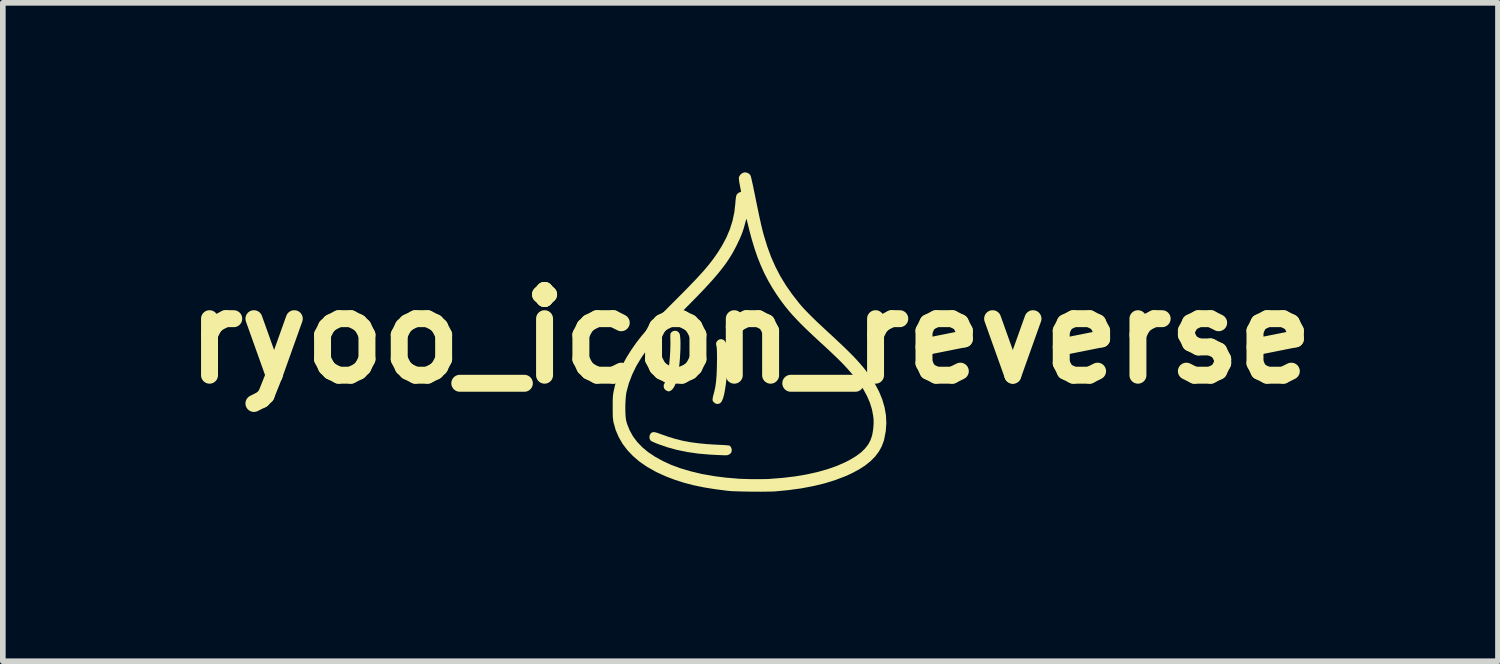
<source format=kicad_pcb>
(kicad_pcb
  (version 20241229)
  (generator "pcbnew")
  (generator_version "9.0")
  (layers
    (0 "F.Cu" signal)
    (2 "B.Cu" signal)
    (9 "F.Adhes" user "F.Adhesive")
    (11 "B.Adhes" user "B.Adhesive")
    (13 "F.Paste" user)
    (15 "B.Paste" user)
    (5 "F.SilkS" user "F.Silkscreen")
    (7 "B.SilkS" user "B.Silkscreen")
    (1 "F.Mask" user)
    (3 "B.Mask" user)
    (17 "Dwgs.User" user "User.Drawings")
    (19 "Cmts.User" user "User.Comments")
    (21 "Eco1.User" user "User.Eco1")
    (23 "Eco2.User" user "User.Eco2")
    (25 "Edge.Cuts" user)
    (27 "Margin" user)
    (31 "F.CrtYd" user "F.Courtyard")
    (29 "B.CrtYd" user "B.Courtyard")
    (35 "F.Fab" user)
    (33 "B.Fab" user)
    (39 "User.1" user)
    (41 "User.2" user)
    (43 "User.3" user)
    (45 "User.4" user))
  (footprint "ryoo_icon_reverse"
    (layer "F.Cu")
    (at 10.229 2.911)
    (property "Reference" "ryoo_icon_reverse" (at 0 0 0) (layer "F.SilkS") (effects (font (size 1.5 1.5) (thickness 0.3))))
    (attr board_only exclude_from_pos_files exclude_from_bom)
    (fp_poly (pts (xy -0.543 0.043) (xy -0.573 0.058) (xy -0.597 0.086) (xy -0.6 0.092) (xy -0.608 0.113) (xy -0.608 0.133) (xy -0.602 0.157) (xy -0.598 0.177) (xy -0.595 0.207) (xy -0.593 0.25) (xy -0.592 0.307) (xy -0.591 0.379) (xy -0.592 0.423) (xy -0.594 0.56) (xy -0.599 0.681) (xy -0.608 0.789) (xy -0.621 0.883) (xy -0.638 0.965) (xy -0.644 0.988) (xy -0.658 1.038) (xy -0.666 1.076) (xy -0.67 1.102) (xy -0.67 1.121) (xy -0.664 1.136) (xy -0.655 1.15) (xy -0.65 1.155) (xy -0.618 1.18) (xy -0.584 1.188) (xy -0.548 1.18) (xy -0.538 1.174) (xy -0.517 1.155) (xy -0.499 1.124) (xy -0.482 1.08) (xy -0.466 1.021) (xy -0.452 0.948) (xy -0.438 0.858) (xy -0.436 0.846) (xy -0.425 0.748) (xy -0.416 0.648) (xy -0.41 0.55) (xy -0.407 0.455) (xy -0.407 0.365) (xy -0.409 0.283) (xy -0.414 0.211) (xy -0.423 0.152) (xy -0.433 0.108) (xy -0.452 0.074) (xy -0.479 0.051) (xy -0.511 0.041)) (stroke (width 0) (type solid)) (fill yes) (layer "F.SilkS"))
    (fp_poly (pts (xy -1.739 1.69) (xy -1.758 1.702) (xy -1.763 1.707) (xy -1.781 1.737) (xy -1.787 1.772) (xy -1.783 1.805) (xy -1.767 1.833) (xy -1.756 1.843) (xy -1.74 1.851) (xy -1.712 1.864) (xy -1.675 1.88) (xy -1.638 1.895) (xy -1.475 1.952) (xy -1.304 1.999) (xy -1.122 2.037) (xy -0.928 2.065) (xy -0.721 2.083) (xy -0.634 2.088) (xy -0.567 2.091) (xy -0.515 2.093) (xy -0.476 2.095) (xy -0.447 2.095) (xy -0.427 2.095) (xy -0.412 2.094) (xy -0.402 2.092) (xy -0.393 2.088) (xy -0.384 2.085) (xy -0.354 2.066) (xy -0.337 2.041) (xy -0.331 2.017) (xy -0.332 1.985) (xy -0.343 1.954) (xy -0.361 1.931) (xy -0.369 1.925) (xy -0.381 1.922) (xy -0.409 1.919) (xy -0.448 1.916) (xy -0.497 1.913) (xy -0.553 1.91) (xy -0.598 1.908) (xy -0.765 1.898) (xy -0.919 1.883) (xy -1.061 1.864) (xy -1.195 1.839) (xy -1.324 1.807) (xy -1.45 1.769) (xy -1.577 1.724) (xy -1.589 1.72) (xy -1.643 1.7) (xy -1.684 1.689) (xy -1.715 1.685)) (stroke (width 0) (type solid)) (fill yes) (layer "F.SilkS"))
    (fp_poly (pts (xy -1.378 -0.097) (xy -1.398 -0.081) (xy -1.407 -0.072) (xy -1.412 -0.062) (xy -1.416 -0.048) (xy -1.417 -0.028) (xy -1.418 0.002) (xy -1.417 0.045) (xy -1.416 0.063) (xy -1.416 0.156) (xy -1.419 0.25) (xy -1.424 0.343) (xy -1.432 0.434) (xy -1.441 0.521) (xy -1.453 0.601) (xy -1.467 0.672) (xy -1.482 0.732) (xy -1.498 0.779) (xy -1.514 0.811) (xy -1.515 0.812) (xy -1.533 0.848) (xy -1.535 0.885) (xy -1.523 0.918) (xy -1.497 0.945) (xy -1.479 0.954) (xy -1.459 0.962) (xy -1.448 0.965) (xy -1.448 0.965) (xy -1.438 0.963) (xy -1.428 0.96) (xy -1.397 0.944) (xy -1.368 0.913) (xy -1.341 0.867) (xy -1.316 0.808) (xy -1.298 0.747) (xy -1.286 0.689) (xy -1.274 0.621) (xy -1.264 0.547) (xy -1.255 0.467) (xy -1.248 0.386) (xy -1.243 0.304) (xy -1.239 0.225) (xy -1.238 0.151) (xy -1.238 0.083) (xy -1.241 0.025) (xy -1.246 -0.022) (xy -1.253 -0.055) (xy -1.257 -0.062) (xy -1.279 -0.09) (xy -1.31 -0.106) (xy -1.344 -0.108)) (stroke (width 0) (type solid)) (fill yes) (layer "F.SilkS"))
    (fp_poly (pts (xy -0.119 -2.908) (xy -0.155 -2.891) (xy -0.184 -2.863) (xy -0.202 -2.829) (xy -0.204 -2.82) (xy -0.204 -2.799) (xy -0.201 -2.765) (xy -0.194 -2.721) (xy -0.185 -2.671) (xy -0.175 -2.617) (xy -0.167 -2.582) (xy -0.167 -2.566) (xy -0.176 -2.562) (xy -0.2 -2.555) (xy -0.224 -2.538) (xy -0.244 -2.514) (xy -0.246 -2.51) (xy -0.252 -2.49) (xy -0.258 -2.455) (xy -0.264 -2.407) (xy -0.267 -2.359) (xy -0.285 -2.203) (xy -0.317 -2.052) (xy -0.364 -1.904) (xy -0.426 -1.757) (xy -0.505 -1.61) (xy -0.567 -1.51) (xy -0.606 -1.452) (xy -0.645 -1.396) (xy -0.686 -1.341) (xy -0.729 -1.286) (xy -0.776 -1.229) (xy -0.828 -1.168) (xy -0.886 -1.104) (xy -0.95 -1.034) (xy -1.023 -0.958) (xy -1.104 -0.874) (xy -1.196 -0.78) (xy -1.299 -0.677) (xy -1.329 -0.647) (xy -1.437 -0.539) (xy -1.533 -0.441) (xy -1.619 -0.353) (xy -1.695 -0.273) (xy -1.764 -0.2) (xy -1.824 -0.134) (xy -1.879 -0.072) (xy -1.928 -0.014) (xy -1.972 0.042) (xy -2.014 0.096) (xy -2.053 0.151) (xy -2.091 0.206) (xy -2.11 0.233) (xy -2.191 0.362) (xy -2.259 0.486) (xy -2.314 0.608) (xy -2.36 0.731) (xy -2.397 0.859) (xy -2.413 0.931) (xy -2.421 0.967) (xy -2.427 0.999) (xy -2.431 1.03) (xy -2.434 1.062) (xy -2.436 1.1) (xy -2.437 1.147) (xy -2.437 1.206) (xy -2.437 1.242) (xy -2.437 1.312) (xy -2.436 1.368) (xy -2.435 1.413) (xy -2.432 1.449) (xy -2.428 1.479) (xy -2.424 1.507) (xy -2.421 1.518) (xy -2.384 1.65) (xy -2.33 1.775) (xy -2.261 1.894) (xy -2.176 2.006) (xy -2.076 2.111) (xy -1.961 2.209) (xy -1.83 2.299) (xy -1.685 2.381) (xy -1.644 2.402) (xy -1.496 2.469) (xy -1.342 2.528) (xy -1.18 2.58) (xy -1.008 2.625) (xy -0.825 2.663) (xy -0.628 2.695) (xy -0.418 2.722) (xy -0.371 2.727) (xy -0.333 2.73) (xy -0.281 2.732) (xy -0.217 2.734) (xy -0.144 2.736) (xy -0.065 2.738) (xy 0.017 2.739) (xy 0.1 2.739) (xy 0.181 2.74) (xy 0.256 2.739) (xy 0.324 2.738) (xy 0.382 2.737) (xy 0.426 2.735) (xy 0.431 2.735) (xy 0.671 2.712) (xy 0.899 2.681) (xy 1.115 2.64) (xy 1.317 2.591) (xy 1.507 2.532) (xy 1.682 2.465) (xy 1.79 2.416) (xy 1.918 2.348) (xy 2.03 2.276) (xy 2.126 2.199) (xy 2.206 2.118) (xy 2.272 2.031) (xy 2.323 1.939) (xy 2.36 1.84) (xy 2.368 1.809) (xy 2.395 1.668) (xy 2.405 1.527) (xy 2.405 1.524) (xy 2.18 1.524) (xy 2.176 1.598) (xy 2.166 1.676) (xy 2.152 1.749) (xy 2.151 1.751) (xy 2.124 1.83) (xy 2.084 1.905) (xy 2.029 1.975) (xy 1.959 2.043) (xy 1.874 2.107) (xy 1.772 2.169) (xy 1.687 2.214) (xy 1.533 2.282) (xy 1.366 2.341) (xy 1.186 2.392) (xy 0.991 2.435) (xy 0.783 2.47) (xy 0.56 2.496) (xy 0.332 2.514) (xy 0.284 2.516) (xy 0.222 2.517) (xy 0.151 2.518) (xy 0.075 2.517) (xy -0.002 2.517) (xy -0.076 2.515) (xy -0.144 2.513) (xy -0.2 2.511) (xy -0.207 2.51) (xy -0.435 2.491) (xy -0.653 2.463) (xy -0.861 2.426) (xy -1.056 2.379) (xy -1.239 2.325) (xy -1.409 2.262) (xy -1.548 2.198) (xy -1.686 2.122) (xy -1.808 2.041) (xy -1.914 1.953) (xy -2.004 1.859) (xy -2.079 1.759) (xy -2.138 1.652) (xy -2.183 1.539) (xy -2.198 1.486) (xy -2.205 1.445) (xy -2.21 1.391) (xy -2.213 1.327) (xy -2.214 1.257) (xy -2.213 1.185) (xy -2.209 1.115) (xy -2.204 1.051) (xy -2.197 0.996) (xy -2.193 0.975) (xy -2.151 0.82) (xy -2.092 0.666) (xy -2.018 0.514) (xy -1.929 0.367) (xy -1.891 0.311) (xy -1.852 0.257) (xy -1.812 0.204) (xy -1.769 0.15) (xy -1.723 0.093) (xy -1.671 0.034) (xy -1.614 -0.029) (xy -1.55 -0.098) (xy -1.478 -0.174) (xy -1.397 -0.258) (xy -1.305 -0.35) (xy -1.203 -0.454) (xy -1.173 -0.483) (xy -1.05 -0.607) (xy -0.939 -0.72) (xy -0.839 -0.824) (xy -0.75 -0.92) (xy -0.669 -1.009) (xy -0.597 -1.092) (xy -0.533 -1.17) (xy -0.475 -1.245) (xy -0.422 -1.317) (xy -0.375 -1.388) (xy -0.331 -1.458) (xy -0.291 -1.53) (xy -0.252 -1.603) (xy -0.224 -1.661) (xy -0.189 -1.735) (xy -0.161 -1.8) (xy -0.138 -1.861) (xy -0.118 -1.923) (xy -0.099 -1.991) (xy -0.095 -2.006) (xy -0.084 -2.047) (xy -0.076 -2.073) (xy -0.07 -2.084) (xy -0.066 -2.082) (xy -0.066 -2.079) (xy -0.02 -1.889) (xy 0.027 -1.714) (xy 0.076 -1.553) (xy 0.128 -1.402) (xy 0.185 -1.261) (xy 0.246 -1.126) (xy 0.313 -0.997) (xy 0.386 -0.87) (xy 0.46 -0.755) (xy 0.514 -0.676) (xy 0.568 -0.602) (xy 0.623 -0.53) (xy 0.682 -0.458) (xy 0.745 -0.386) (xy 0.815 -0.311) (xy 0.891 -0.232) (xy 0.977 -0.147) (xy 1.073 -0.056) (xy 1.18 0.044) (xy 1.212 0.074) (xy 1.296 0.151) (xy 1.369 0.218) (xy 1.432 0.277) (xy 1.486 0.329) (xy 1.533 0.374) (xy 1.576 0.416) (xy 1.614 0.454) (xy 1.65 0.491) (xy 1.685 0.529) (xy 1.715 0.561) (xy 1.825 0.688) (xy 1.92 0.811) (xy 2 0.931) (xy 2.064 1.049) (xy 2.114 1.165) (xy 2.15 1.281) (xy 2.172 1.397) (xy 2.179 1.458) (xy 2.18 1.524) (xy 2.405 1.524) (xy 2.398 1.387) (xy 2.374 1.247) (xy 2.333 1.106) (xy 2.275 0.966) (xy 2.2 0.825) (xy 2.107 0.683) (xy 2.031 0.582) (xy 1.988 0.529) (xy 1.944 0.478) (xy 1.898 0.426) (xy 1.85 0.374) (xy 1.796 0.318) (xy 1.737 0.259) (xy 1.671 0.194) (xy 1.596 0.123) (xy 1.511 0.043) (xy 1.416 -0.046) (xy 1.367 -0.09) (xy 1.266 -0.184) (xy 1.176 -0.268) (xy 1.098 -0.344) (xy 1.03 -0.412) (xy 0.97 -0.474) (xy 0.918 -0.53) (xy 0.872 -0.583) (xy 0.86 -0.598) (xy 0.736 -0.757) (xy 0.626 -0.915) (xy 0.528 -1.076) (xy 0.442 -1.242) (xy 0.365 -1.416) (xy 0.298 -1.599) (xy 0.238 -1.795) (xy 0.211 -1.895) (xy 0.201 -1.937) (xy 0.188 -1.993) (xy 0.173 -2.061) (xy 0.156 -2.137) (xy 0.139 -2.22) (xy 0.121 -2.306) (xy 0.103 -2.393) (xy 0.094 -2.437) (xy 0.078 -2.518) (xy 0.062 -2.594) (xy 0.048 -2.664) (xy 0.034 -2.726) (xy 0.022 -2.778) (xy 0.013 -2.818) (xy 0.006 -2.845) (xy 0.002 -2.855) (xy -0.022 -2.885) (xy -0.056 -2.904) (xy -0.095 -2.911)) (stroke (width 0) (type solid)) (fill yes) (layer "F.SilkS")))
  (gr_rect
    (start -3 -3)
    (end 23.457 8.651)
    (stroke (width 0.1) (type default))
    (fill no)
    (layer "Edge.Cuts")))
</source>
